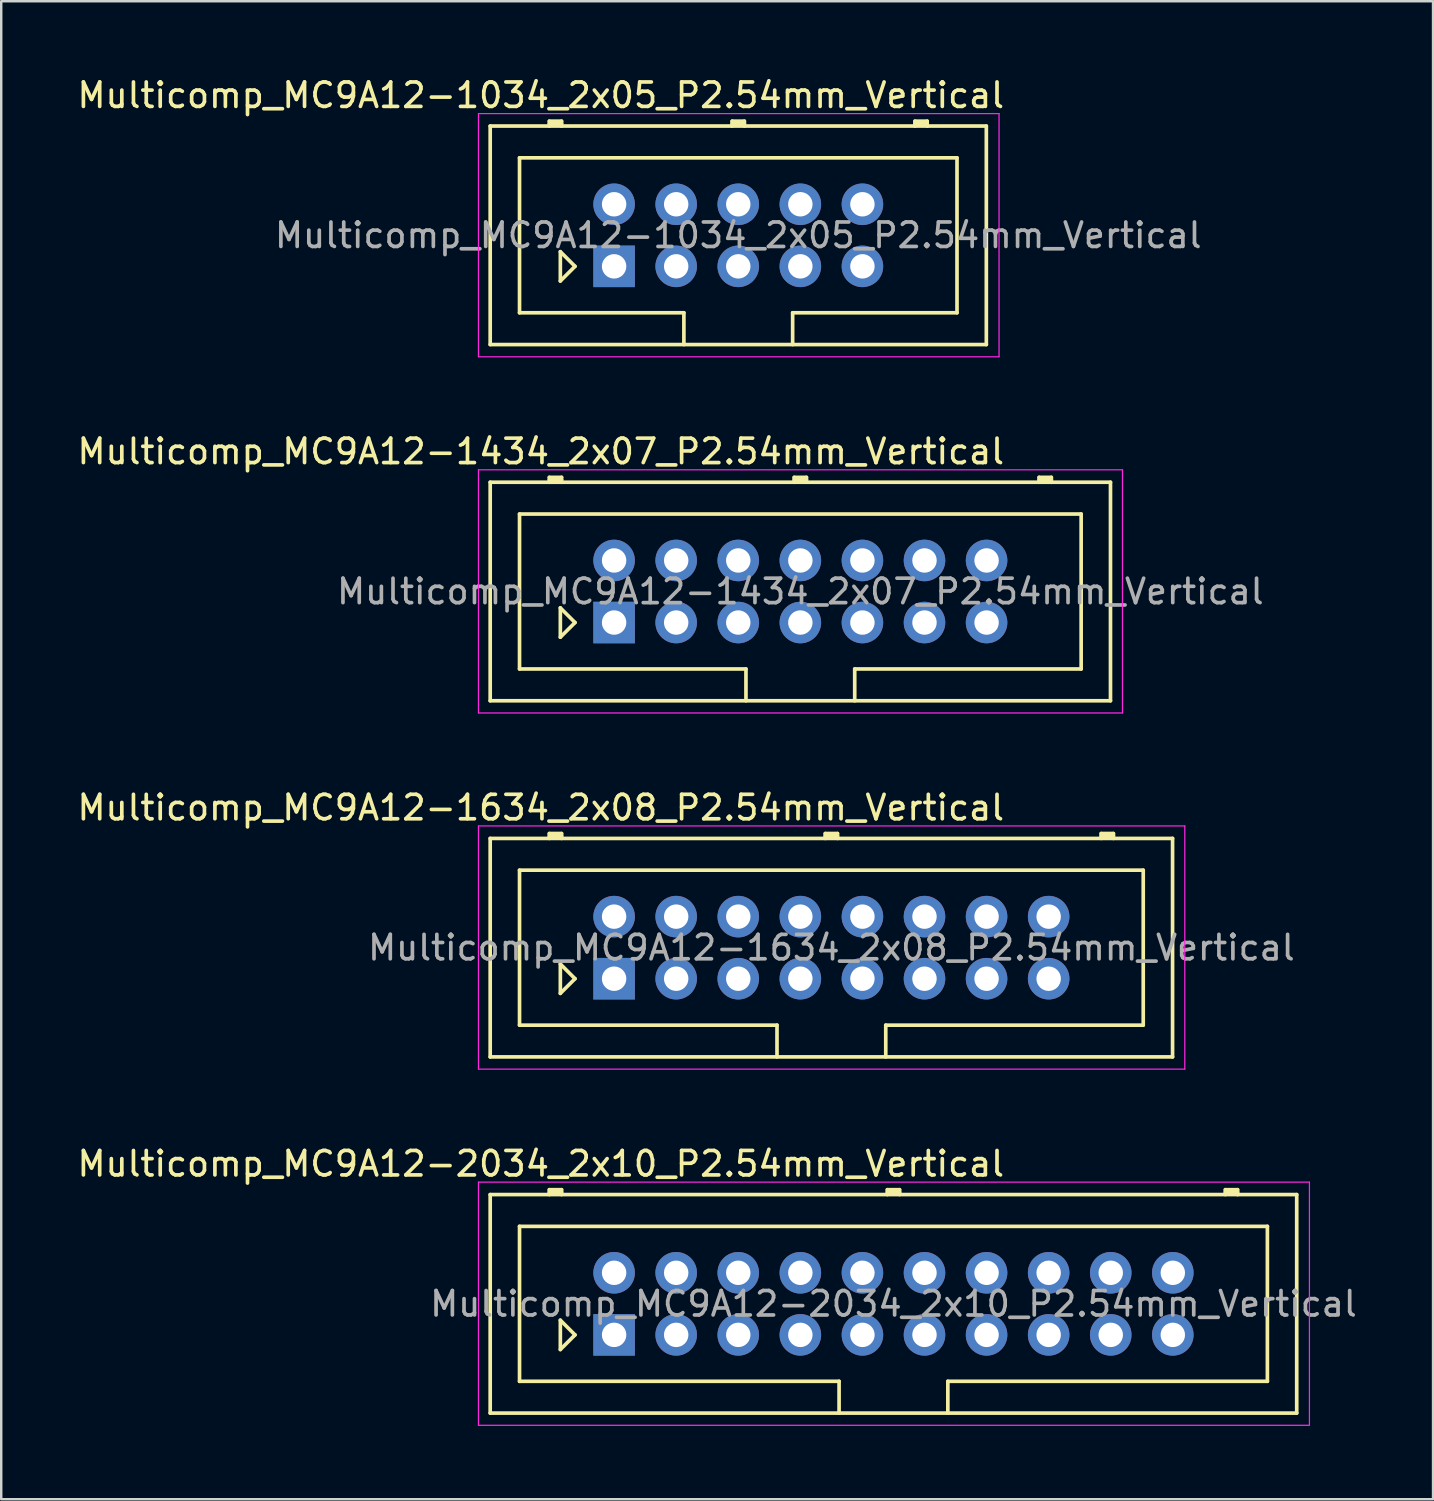
<source format=kicad_pcb>
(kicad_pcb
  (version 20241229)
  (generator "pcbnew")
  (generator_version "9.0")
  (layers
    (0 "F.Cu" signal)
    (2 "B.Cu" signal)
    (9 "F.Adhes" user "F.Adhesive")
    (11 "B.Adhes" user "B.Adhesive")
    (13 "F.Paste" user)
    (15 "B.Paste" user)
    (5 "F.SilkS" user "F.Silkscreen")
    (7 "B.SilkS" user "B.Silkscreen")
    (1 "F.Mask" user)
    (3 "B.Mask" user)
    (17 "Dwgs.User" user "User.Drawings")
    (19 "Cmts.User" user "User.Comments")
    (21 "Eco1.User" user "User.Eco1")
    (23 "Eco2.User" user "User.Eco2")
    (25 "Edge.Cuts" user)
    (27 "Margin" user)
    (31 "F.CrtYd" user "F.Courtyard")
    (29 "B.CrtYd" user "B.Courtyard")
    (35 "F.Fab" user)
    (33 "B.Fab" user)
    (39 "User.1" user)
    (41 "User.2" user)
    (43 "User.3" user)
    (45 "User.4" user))
  (footprint "Multicomp_MC9A12-1034_2x05_P2.54mm_Vertical"
    (layer "F.Cu")
    (at 22.077 7.848)
    (property "Reference" "Multicomp_MC9A12-1034_2x05_P2.54mm_Vertical" (at -3 -7 0) (layer "F.SilkS") (effects (font (size 1 1) (thickness 0.15))))
    (attr through_hole)
    (fp_line (start -5.07 -5.74) (end 15.23 -5.74) (stroke (width 0.15) (type solid)) (layer "F.SilkS"))
    (fp_line (start -5.07 3.2) (end -5.07 -5.74) (stroke (width 0.15) (type solid)) (layer "F.SilkS"))
    (fp_line (start -3.87 -4.44) (end 14.03 -4.44) (stroke (width 0.15) (type solid)) (layer "F.SilkS"))
    (fp_line (start -3.87 1.9) (end -3.87 -4.44) (stroke (width 0.15) (type solid)) (layer "F.SilkS"))
    (fp_line (start -2.65 -5.94) (end -2.15 -5.94) (stroke (width 0.15) (type solid)) (layer "F.SilkS"))
    (fp_line (start -2.65 -5.84) (end -2.15 -5.84) (stroke (width 0.15) (type solid)) (layer "F.SilkS"))
    (fp_line (start -2.65 -5.74) (end -2.65 -5.94) (stroke (width 0.15) (type solid)) (layer "F.SilkS"))
    (fp_line (start -2.2 -0.6) (end -1.6 0) (stroke (width 0.15) (type solid)) (layer "F.SilkS"))
    (fp_line (start -2.2 0.6) (end -2.2 -0.6) (stroke (width 0.15) (type solid)) (layer "F.SilkS"))
    (fp_line (start -2.15 -5.94) (end -2.15 -5.74) (stroke (width 0.15) (type solid)) (layer "F.SilkS"))
    (fp_line (start -1.6 0) (end -2.2 0.6) (stroke (width 0.15) (type solid)) (layer "F.SilkS"))
    (fp_line (start 2.855 1.9) (end -3.87 1.9) (stroke (width 0.15) (type solid)) (layer "F.SilkS"))
    (fp_line (start 2.855 3.2) (end 2.855 1.9) (stroke (width 0.15) (type solid)) (layer "F.SilkS"))
    (fp_line (start 4.83 -5.94) (end 5.33 -5.94) (stroke (width 0.15) (type solid)) (layer "F.SilkS"))
    (fp_line (start 4.83 -5.84) (end 5.33 -5.84) (stroke (width 0.15) (type solid)) (layer "F.SilkS"))
    (fp_line (start 4.83 -5.74) (end 4.83 -5.94) (stroke (width 0.15) (type solid)) (layer "F.SilkS"))
    (fp_line (start 5.33 -5.94) (end 5.33 -5.74) (stroke (width 0.15) (type solid)) (layer "F.SilkS"))
    (fp_line (start 7.305 1.9) (end 7.305 3.2) (stroke (width 0.15) (type solid)) (layer "F.SilkS"))
    (fp_line (start 12.31 -5.94) (end 12.81 -5.94) (stroke (width 0.15) (type solid)) (layer "F.SilkS"))
    (fp_line (start 12.31 -5.84) (end 12.81 -5.84) (stroke (width 0.15) (type solid)) (layer "F.SilkS"))
    (fp_line (start 12.31 -5.74) (end 12.31 -5.94) (stroke (width 0.15) (type solid)) (layer "F.SilkS"))
    (fp_line (start 12.81 -5.94) (end 12.81 -5.74) (stroke (width 0.15) (type solid)) (layer "F.SilkS"))
    (fp_line (start 14.03 -4.44) (end 14.03 1.9) (stroke (width 0.15) (type solid)) (layer "F.SilkS"))
    (fp_line (start 14.03 1.9) (end 7.305 1.9) (stroke (width 0.15) (type solid)) (layer "F.SilkS"))
    (fp_line (start 15.23 -5.74) (end 15.23 3.2) (stroke (width 0.15) (type solid)) (layer "F.SilkS"))
    (fp_line (start 15.23 3.2) (end -5.07 3.2) (stroke (width 0.15) (type solid)) (layer "F.SilkS"))
    (fp_line (start -5.55 -6.25) (end 15.75 -6.25) (stroke (width 0.05) (type solid)) (layer "F.CrtYd"))
    (fp_line (start -5.55 3.7) (end -5.55 -6.25) (stroke (width 0.05) (type solid)) (layer "F.CrtYd"))
    (fp_line (start 15.75 -6.25) (end 15.75 3.7) (stroke (width 0.05) (type solid)) (layer "F.CrtYd"))
    (fp_line (start 15.75 3.7) (end -5.55 3.7) (stroke (width 0.05) (type solid)) (layer "F.CrtYd"))
    (fp_text user "${REFERENCE}" (at 5.08 -1.27 0) (layer "F.Fab") (effects (font (size 1 1) (thickness 0.15))))
    (pad "1" thru_hole rect (at 0 0) (size 1.7 1.7) (drill 1) (layers "*.Cu" "*.Mask"))
    (pad "2" thru_hole circle (at 0 -2.54) (size 1.7 1.7) (drill 1) (layers "*.Cu" "*.Mask"))
    (pad "3" thru_hole circle (at 2.54 0) (size 1.7 1.7) (drill 1) (layers "*.Cu" "*.Mask"))
    (pad "4" thru_hole circle (at 2.54 -2.54) (size 1.7 1.7) (drill 1) (layers "*.Cu" "*.Mask"))
    (pad "5" thru_hole circle (at 5.08 0) (size 1.7 1.7) (drill 1) (layers "*.Cu" "*.Mask"))
    (pad "6" thru_hole circle (at 5.08 -2.54) (size 1.7 1.7) (drill 1) (layers "*.Cu" "*.Mask"))
    (pad "7" thru_hole circle (at 7.62 0) (size 1.7 1.7) (drill 1) (layers "*.Cu" "*.Mask"))
    (pad "8" thru_hole circle (at 7.62 -2.54) (size 1.7 1.7) (drill 1) (layers "*.Cu" "*.Mask"))
    (pad "9" thru_hole circle (at 10.16 0) (size 1.7 1.7) (drill 1) (layers "*.Cu" "*.Mask"))
    (pad "10" thru_hole circle (at 10.16 -2.54) (size 1.7 1.7) (drill 1) (layers "*.Cu" "*.Mask")))
  (footprint "Multicomp_MC9A12-1434_2x07_P2.54mm_Vertical"
    (layer "F.Cu")
    (at 22.077 22.422)
    (property "Reference" "Multicomp_MC9A12-1434_2x07_P2.54mm_Vertical" (at -3 -7 0) (layer "F.SilkS") (effects (font (size 1 1) (thickness 0.15))))
    (attr through_hole)
    (fp_line (start -5.07 -5.74) (end 20.31 -5.74) (stroke (width 0.15) (type solid)) (layer "F.SilkS"))
    (fp_line (start -5.07 3.2) (end -5.07 -5.74) (stroke (width 0.15) (type solid)) (layer "F.SilkS"))
    (fp_line (start -3.87 -4.44) (end 19.11 -4.44) (stroke (width 0.15) (type solid)) (layer "F.SilkS"))
    (fp_line (start -3.87 1.9) (end -3.87 -4.44) (stroke (width 0.15) (type solid)) (layer "F.SilkS"))
    (fp_line (start -2.65 -5.94) (end -2.15 -5.94) (stroke (width 0.15) (type solid)) (layer "F.SilkS"))
    (fp_line (start -2.65 -5.84) (end -2.15 -5.84) (stroke (width 0.15) (type solid)) (layer "F.SilkS"))
    (fp_line (start -2.65 -5.74) (end -2.65 -5.94) (stroke (width 0.15) (type solid)) (layer "F.SilkS"))
    (fp_line (start -2.2 -0.6) (end -1.6 0) (stroke (width 0.15) (type solid)) (layer "F.SilkS"))
    (fp_line (start -2.2 0.6) (end -2.2 -0.6) (stroke (width 0.15) (type solid)) (layer "F.SilkS"))
    (fp_line (start -2.15 -5.94) (end -2.15 -5.74) (stroke (width 0.15) (type solid)) (layer "F.SilkS"))
    (fp_line (start -1.6 0) (end -2.2 0.6) (stroke (width 0.15) (type solid)) (layer "F.SilkS"))
    (fp_line (start 5.395 1.9) (end -3.87 1.9) (stroke (width 0.15) (type solid)) (layer "F.SilkS"))
    (fp_line (start 5.395 3.2) (end 5.395 1.9) (stroke (width 0.15) (type solid)) (layer "F.SilkS"))
    (fp_line (start 7.37 -5.94) (end 7.87 -5.94) (stroke (width 0.15) (type solid)) (layer "F.SilkS"))
    (fp_line (start 7.37 -5.84) (end 7.87 -5.84) (stroke (width 0.15) (type solid)) (layer "F.SilkS"))
    (fp_line (start 7.37 -5.74) (end 7.37 -5.94) (stroke (width 0.15) (type solid)) (layer "F.SilkS"))
    (fp_line (start 7.87 -5.94) (end 7.87 -5.74) (stroke (width 0.15) (type solid)) (layer "F.SilkS"))
    (fp_line (start 9.845 1.9) (end 9.845 3.2) (stroke (width 0.15) (type solid)) (layer "F.SilkS"))
    (fp_line (start 17.39 -5.94) (end 17.89 -5.94) (stroke (width 0.15) (type solid)) (layer "F.SilkS"))
    (fp_line (start 17.39 -5.84) (end 17.89 -5.84) (stroke (width 0.15) (type solid)) (layer "F.SilkS"))
    (fp_line (start 17.39 -5.74) (end 17.39 -5.94) (stroke (width 0.15) (type solid)) (layer "F.SilkS"))
    (fp_line (start 17.89 -5.94) (end 17.89 -5.74) (stroke (width 0.15) (type solid)) (layer "F.SilkS"))
    (fp_line (start 19.11 -4.44) (end 19.11 1.9) (stroke (width 0.15) (type solid)) (layer "F.SilkS"))
    (fp_line (start 19.11 1.9) (end 9.845 1.9) (stroke (width 0.15) (type solid)) (layer "F.SilkS"))
    (fp_line (start 20.31 -5.74) (end 20.31 3.2) (stroke (width 0.15) (type solid)) (layer "F.SilkS"))
    (fp_line (start 20.31 3.2) (end -5.07 3.2) (stroke (width 0.15) (type solid)) (layer "F.SilkS"))
    (fp_line (start -5.55 -6.25) (end 20.8 -6.25) (stroke (width 0.05) (type solid)) (layer "F.CrtYd"))
    (fp_line (start -5.55 3.7) (end -5.55 -6.25) (stroke (width 0.05) (type solid)) (layer "F.CrtYd"))
    (fp_line (start 20.8 -6.25) (end 20.8 3.7) (stroke (width 0.05) (type solid)) (layer "F.CrtYd"))
    (fp_line (start 20.8 3.7) (end -5.55 3.7) (stroke (width 0.05) (type solid)) (layer "F.CrtYd"))
    (fp_text user "${REFERENCE}" (at 7.62 -1.27 0) (layer "F.Fab") (effects (font (size 1 1) (thickness 0.15))))
    (pad "1" thru_hole rect (at 0 0) (size 1.7 1.7) (drill 1) (layers "*.Cu" "*.Mask"))
    (pad "2" thru_hole circle (at 0 -2.54) (size 1.7 1.7) (drill 1) (layers "*.Cu" "*.Mask"))
    (pad "3" thru_hole circle (at 2.54 0) (size 1.7 1.7) (drill 1) (layers "*.Cu" "*.Mask"))
    (pad "4" thru_hole circle (at 2.54 -2.54) (size 1.7 1.7) (drill 1) (layers "*.Cu" "*.Mask"))
    (pad "5" thru_hole circle (at 5.08 0) (size 1.7 1.7) (drill 1) (layers "*.Cu" "*.Mask"))
    (pad "6" thru_hole circle (at 5.08 -2.54) (size 1.7 1.7) (drill 1) (layers "*.Cu" "*.Mask"))
    (pad "7" thru_hole circle (at 7.62 0) (size 1.7 1.7) (drill 1) (layers "*.Cu" "*.Mask"))
    (pad "8" thru_hole circle (at 7.62 -2.54) (size 1.7 1.7) (drill 1) (layers "*.Cu" "*.Mask"))
    (pad "9" thru_hole circle (at 10.16 0) (size 1.7 1.7) (drill 1) (layers "*.Cu" "*.Mask"))
    (pad "10" thru_hole circle (at 10.16 -2.54) (size 1.7 1.7) (drill 1) (layers "*.Cu" "*.Mask"))
    (pad "11" thru_hole circle (at 12.7 0) (size 1.7 1.7) (drill 1) (layers "*.Cu" "*.Mask"))
    (pad "12" thru_hole circle (at 12.7 -2.54) (size 1.7 1.7) (drill 1) (layers "*.Cu" "*.Mask"))
    (pad "13" thru_hole circle (at 15.24 0) (size 1.7 1.7) (drill 1) (layers "*.Cu" "*.Mask"))
    (pad "14" thru_hole circle (at 15.24 -2.54) (size 1.7 1.7) (drill 1) (layers "*.Cu" "*.Mask")))
  (footprint "Multicomp_MC9A12-2034_2x10_P2.54mm_Vertical"
    (layer "F.Cu")
    (at 22.077 51.568)
    (property "Reference" "Multicomp_MC9A12-2034_2x10_P2.54mm_Vertical" (at -3 -7 0) (layer "F.SilkS") (effects (font (size 1 1) (thickness 0.15))))
    (attr through_hole)
    (fp_line (start -5.07 -5.74) (end 27.93 -5.74) (stroke (width 0.15) (type solid)) (layer "F.SilkS"))
    (fp_line (start -5.07 3.2) (end -5.07 -5.74) (stroke (width 0.15) (type solid)) (layer "F.SilkS"))
    (fp_line (start -3.87 -4.44) (end 26.73 -4.44) (stroke (width 0.15) (type solid)) (layer "F.SilkS"))
    (fp_line (start -3.87 1.9) (end -3.87 -4.44) (stroke (width 0.15) (type solid)) (layer "F.SilkS"))
    (fp_line (start -2.65 -5.94) (end -2.15 -5.94) (stroke (width 0.15) (type solid)) (layer "F.SilkS"))
    (fp_line (start -2.65 -5.84) (end -2.15 -5.84) (stroke (width 0.15) (type solid)) (layer "F.SilkS"))
    (fp_line (start -2.65 -5.74) (end -2.65 -5.94) (stroke (width 0.15) (type solid)) (layer "F.SilkS"))
    (fp_line (start -2.2 -0.6) (end -1.6 0) (stroke (width 0.15) (type solid)) (layer "F.SilkS"))
    (fp_line (start -2.2 0.6) (end -2.2 -0.6) (stroke (width 0.15) (type solid)) (layer "F.SilkS"))
    (fp_line (start -2.15 -5.94) (end -2.15 -5.74) (stroke (width 0.15) (type solid)) (layer "F.SilkS"))
    (fp_line (start -1.6 0) (end -2.2 0.6) (stroke (width 0.15) (type solid)) (layer "F.SilkS"))
    (fp_line (start 9.205 1.9) (end -3.87 1.9) (stroke (width 0.15) (type solid)) (layer "F.SilkS"))
    (fp_line (start 9.205 3.2) (end 9.205 1.9) (stroke (width 0.15) (type solid)) (layer "F.SilkS"))
    (fp_line (start 11.18 -5.94) (end 11.68 -5.94) (stroke (width 0.15) (type solid)) (layer "F.SilkS"))
    (fp_line (start 11.18 -5.84) (end 11.68 -5.84) (stroke (width 0.15) (type solid)) (layer "F.SilkS"))
    (fp_line (start 11.18 -5.74) (end 11.18 -5.94) (stroke (width 0.15) (type solid)) (layer "F.SilkS"))
    (fp_line (start 11.68 -5.94) (end 11.68 -5.74) (stroke (width 0.15) (type solid)) (layer "F.SilkS"))
    (fp_line (start 13.655 1.9) (end 13.655 3.2) (stroke (width 0.15) (type solid)) (layer "F.SilkS"))
    (fp_line (start 25.01 -5.94) (end 25.51 -5.94) (stroke (width 0.15) (type solid)) (layer "F.SilkS"))
    (fp_line (start 25.01 -5.84) (end 25.51 -5.84) (stroke (width 0.15) (type solid)) (layer "F.SilkS"))
    (fp_line (start 25.01 -5.74) (end 25.01 -5.94) (stroke (width 0.15) (type solid)) (layer "F.SilkS"))
    (fp_line (start 25.51 -5.94) (end 25.51 -5.74) (stroke (width 0.15) (type solid)) (layer "F.SilkS"))
    (fp_line (start 26.73 -4.44) (end 26.73 1.9) (stroke (width 0.15) (type solid)) (layer "F.SilkS"))
    (fp_line (start 26.73 1.9) (end 13.655 1.9) (stroke (width 0.15) (type solid)) (layer "F.SilkS"))
    (fp_line (start 27.93 -5.74) (end 27.93 3.2) (stroke (width 0.15) (type solid)) (layer "F.SilkS"))
    (fp_line (start 27.93 3.2) (end -5.07 3.2) (stroke (width 0.15) (type solid)) (layer "F.SilkS"))
    (fp_line (start -5.55 -6.25) (end 28.45 -6.25) (stroke (width 0.05) (type solid)) (layer "F.CrtYd"))
    (fp_line (start -5.55 3.7) (end -5.55 -6.25) (stroke (width 0.05) (type solid)) (layer "F.CrtYd"))
    (fp_line (start 28.45 -6.25) (end 28.45 3.7) (stroke (width 0.05) (type solid)) (layer "F.CrtYd"))
    (fp_line (start 28.45 3.7) (end -5.55 3.7) (stroke (width 0.05) (type solid)) (layer "F.CrtYd"))
    (fp_text user "${REFERENCE}" (at 11.43 -1.27 0) (layer "F.Fab") (effects (font (size 1 1) (thickness 0.15))))
    (pad "1" thru_hole rect (at 0 0) (size 1.7 1.7) (drill 1) (layers "*.Cu" "*.Mask"))
    (pad "2" thru_hole circle (at 0 -2.54) (size 1.7 1.7) (drill 1) (layers "*.Cu" "*.Mask"))
    (pad "3" thru_hole circle (at 2.54 0) (size 1.7 1.7) (drill 1) (layers "*.Cu" "*.Mask"))
    (pad "4" thru_hole circle (at 2.54 -2.54) (size 1.7 1.7) (drill 1) (layers "*.Cu" "*.Mask"))
    (pad "5" thru_hole circle (at 5.08 0) (size 1.7 1.7) (drill 1) (layers "*.Cu" "*.Mask"))
    (pad "6" thru_hole circle (at 5.08 -2.54) (size 1.7 1.7) (drill 1) (layers "*.Cu" "*.Mask"))
    (pad "7" thru_hole circle (at 7.62 0) (size 1.7 1.7) (drill 1) (layers "*.Cu" "*.Mask"))
    (pad "8" thru_hole circle (at 7.62 -2.54) (size 1.7 1.7) (drill 1) (layers "*.Cu" "*.Mask"))
    (pad "9" thru_hole circle (at 10.16 0) (size 1.7 1.7) (drill 1) (layers "*.Cu" "*.Mask"))
    (pad "10" thru_hole circle (at 10.16 -2.54) (size 1.7 1.7) (drill 1) (layers "*.Cu" "*.Mask"))
    (pad "11" thru_hole circle (at 12.7 0) (size 1.7 1.7) (drill 1) (layers "*.Cu" "*.Mask"))
    (pad "12" thru_hole circle (at 12.7 -2.54) (size 1.7 1.7) (drill 1) (layers "*.Cu" "*.Mask"))
    (pad "13" thru_hole circle (at 15.24 0) (size 1.7 1.7) (drill 1) (layers "*.Cu" "*.Mask"))
    (pad "14" thru_hole circle (at 15.24 -2.54) (size 1.7 1.7) (drill 1) (layers "*.Cu" "*.Mask"))
    (pad "15" thru_hole circle (at 17.78 0) (size 1.7 1.7) (drill 1) (layers "*.Cu" "*.Mask"))
    (pad "16" thru_hole circle (at 17.78 -2.54) (size 1.7 1.7) (drill 1) (layers "*.Cu" "*.Mask"))
    (pad "17" thru_hole circle (at 20.32 0) (size 1.7 1.7) (drill 1) (layers "*.Cu" "*.Mask"))
    (pad "18" thru_hole circle (at 20.32 -2.54) (size 1.7 1.7) (drill 1) (layers "*.Cu" "*.Mask"))
    (pad "19" thru_hole circle (at 22.86 0) (size 1.7 1.7) (drill 1) (layers "*.Cu" "*.Mask"))
    (pad "20" thru_hole circle (at 22.86 -2.54) (size 1.7 1.7) (drill 1) (layers "*.Cu" "*.Mask")))
  (footprint "Multicomp_MC9A12-1634_2x08_P2.54mm_Vertical"
    (layer "F.Cu")
    (at 22.077 36.995)
    (property "Reference" "Multicomp_MC9A12-1634_2x08_P2.54mm_Vertical" (at -3 -7 0) (layer "F.SilkS") (effects (font (size 1 1) (thickness 0.15))))
    (attr through_hole)
    (fp_line (start -5.07 -5.74) (end 22.85 -5.74) (stroke (width 0.15) (type solid)) (layer "F.SilkS"))
    (fp_line (start -5.07 3.2) (end -5.07 -5.74) (stroke (width 0.15) (type solid)) (layer "F.SilkS"))
    (fp_line (start -3.87 -4.44) (end 21.65 -4.44) (stroke (width 0.15) (type solid)) (layer "F.SilkS"))
    (fp_line (start -3.87 1.9) (end -3.87 -4.44) (stroke (width 0.15) (type solid)) (layer "F.SilkS"))
    (fp_line (start -2.65 -5.94) (end -2.15 -5.94) (stroke (width 0.15) (type solid)) (layer "F.SilkS"))
    (fp_line (start -2.65 -5.84) (end -2.15 -5.84) (stroke (width 0.15) (type solid)) (layer "F.SilkS"))
    (fp_line (start -2.65 -5.74) (end -2.65 -5.94) (stroke (width 0.15) (type solid)) (layer "F.SilkS"))
    (fp_line (start -2.2 -0.6) (end -1.6 0) (stroke (width 0.15) (type solid)) (layer "F.SilkS"))
    (fp_line (start -2.2 0.6) (end -2.2 -0.6) (stroke (width 0.15) (type solid)) (layer "F.SilkS"))
    (fp_line (start -2.15 -5.94) (end -2.15 -5.74) (stroke (width 0.15) (type solid)) (layer "F.SilkS"))
    (fp_line (start -1.6 0) (end -2.2 0.6) (stroke (width 0.15) (type solid)) (layer "F.SilkS"))
    (fp_line (start 6.665 1.9) (end -3.87 1.9) (stroke (width 0.15) (type solid)) (layer "F.SilkS"))
    (fp_line (start 6.665 3.2) (end 6.665 1.9) (stroke (width 0.15) (type solid)) (layer "F.SilkS"))
    (fp_line (start 8.64 -5.94) (end 9.14 -5.94) (stroke (width 0.15) (type solid)) (layer "F.SilkS"))
    (fp_line (start 8.64 -5.84) (end 9.14 -5.84) (stroke (width 0.15) (type solid)) (layer "F.SilkS"))
    (fp_line (start 8.64 -5.74) (end 8.64 -5.94) (stroke (width 0.15) (type solid)) (layer "F.SilkS"))
    (fp_line (start 9.14 -5.94) (end 9.14 -5.74) (stroke (width 0.15) (type solid)) (layer "F.SilkS"))
    (fp_line (start 11.115 1.9) (end 11.115 3.2) (stroke (width 0.15) (type solid)) (layer "F.SilkS"))
    (fp_line (start 19.93 -5.94) (end 20.43 -5.94) (stroke (width 0.15) (type solid)) (layer "F.SilkS"))
    (fp_line (start 19.93 -5.84) (end 20.43 -5.84) (stroke (width 0.15) (type solid)) (layer "F.SilkS"))
    (fp_line (start 19.93 -5.74) (end 19.93 -5.94) (stroke (width 0.15) (type solid)) (layer "F.SilkS"))
    (fp_line (start 20.43 -5.94) (end 20.43 -5.74) (stroke (width 0.15) (type solid)) (layer "F.SilkS"))
    (fp_line (start 21.65 -4.44) (end 21.65 1.9) (stroke (width 0.15) (type solid)) (layer "F.SilkS"))
    (fp_line (start 21.65 1.9) (end 11.115 1.9) (stroke (width 0.15) (type solid)) (layer "F.SilkS"))
    (fp_line (start 22.85 -5.74) (end 22.85 3.2) (stroke (width 0.15) (type solid)) (layer "F.SilkS"))
    (fp_line (start 22.85 3.2) (end -5.07 3.2) (stroke (width 0.15) (type solid)) (layer "F.SilkS"))
    (fp_line (start -5.55 -6.25) (end 23.35 -6.25) (stroke (width 0.05) (type solid)) (layer "F.CrtYd"))
    (fp_line (start -5.55 3.7) (end -5.55 -6.25) (stroke (width 0.05) (type solid)) (layer "F.CrtYd"))
    (fp_line (start 23.35 -6.25) (end 23.35 3.7) (stroke (width 0.05) (type solid)) (layer "F.CrtYd"))
    (fp_line (start 23.35 3.7) (end -5.55 3.7) (stroke (width 0.05) (type solid)) (layer "F.CrtYd"))
    (fp_text user "${REFERENCE}" (at 8.89 -1.27 0) (layer "F.Fab") (effects (font (size 1 1) (thickness 0.15))))
    (pad "1" thru_hole rect (at 0 0) (size 1.7 1.7) (drill 1) (layers "*.Cu" "*.Mask"))
    (pad "2" thru_hole circle (at 0 -2.54) (size 1.7 1.7) (drill 1) (layers "*.Cu" "*.Mask"))
    (pad "3" thru_hole circle (at 2.54 0) (size 1.7 1.7) (drill 1) (layers "*.Cu" "*.Mask"))
    (pad "4" thru_hole circle (at 2.54 -2.54) (size 1.7 1.7) (drill 1) (layers "*.Cu" "*.Mask"))
    (pad "5" thru_hole circle (at 5.08 0) (size 1.7 1.7) (drill 1) (layers "*.Cu" "*.Mask"))
    (pad "6" thru_hole circle (at 5.08 -2.54) (size 1.7 1.7) (drill 1) (layers "*.Cu" "*.Mask"))
    (pad "7" thru_hole circle (at 7.62 0) (size 1.7 1.7) (drill 1) (layers "*.Cu" "*.Mask"))
    (pad "8" thru_hole circle (at 7.62 -2.54) (size 1.7 1.7) (drill 1) (layers "*.Cu" "*.Mask"))
    (pad "9" thru_hole circle (at 10.16 0) (size 1.7 1.7) (drill 1) (layers "*.Cu" "*.Mask"))
    (pad "10" thru_hole circle (at 10.16 -2.54) (size 1.7 1.7) (drill 1) (layers "*.Cu" "*.Mask"))
    (pad "11" thru_hole circle (at 12.7 0) (size 1.7 1.7) (drill 1) (layers "*.Cu" "*.Mask"))
    (pad "12" thru_hole circle (at 12.7 -2.54) (size 1.7 1.7) (drill 1) (layers "*.Cu" "*.Mask"))
    (pad "13" thru_hole circle (at 15.24 0) (size 1.7 1.7) (drill 1) (layers "*.Cu" "*.Mask"))
    (pad "14" thru_hole circle (at 15.24 -2.54) (size 1.7 1.7) (drill 1) (layers "*.Cu" "*.Mask"))
    (pad "15" thru_hole circle (at 17.78 0) (size 1.7 1.7) (drill 1) (layers "*.Cu" "*.Mask"))
    (pad "16" thru_hole circle (at 17.78 -2.54) (size 1.7 1.7) (drill 1) (layers "*.Cu" "*.Mask")))
  (gr_rect
    (start -3 -3)
    (end 55.585 58.293)
    (stroke (width 0.1) (type default))
    (fill no)
    (layer "Edge.Cuts")))
</source>
